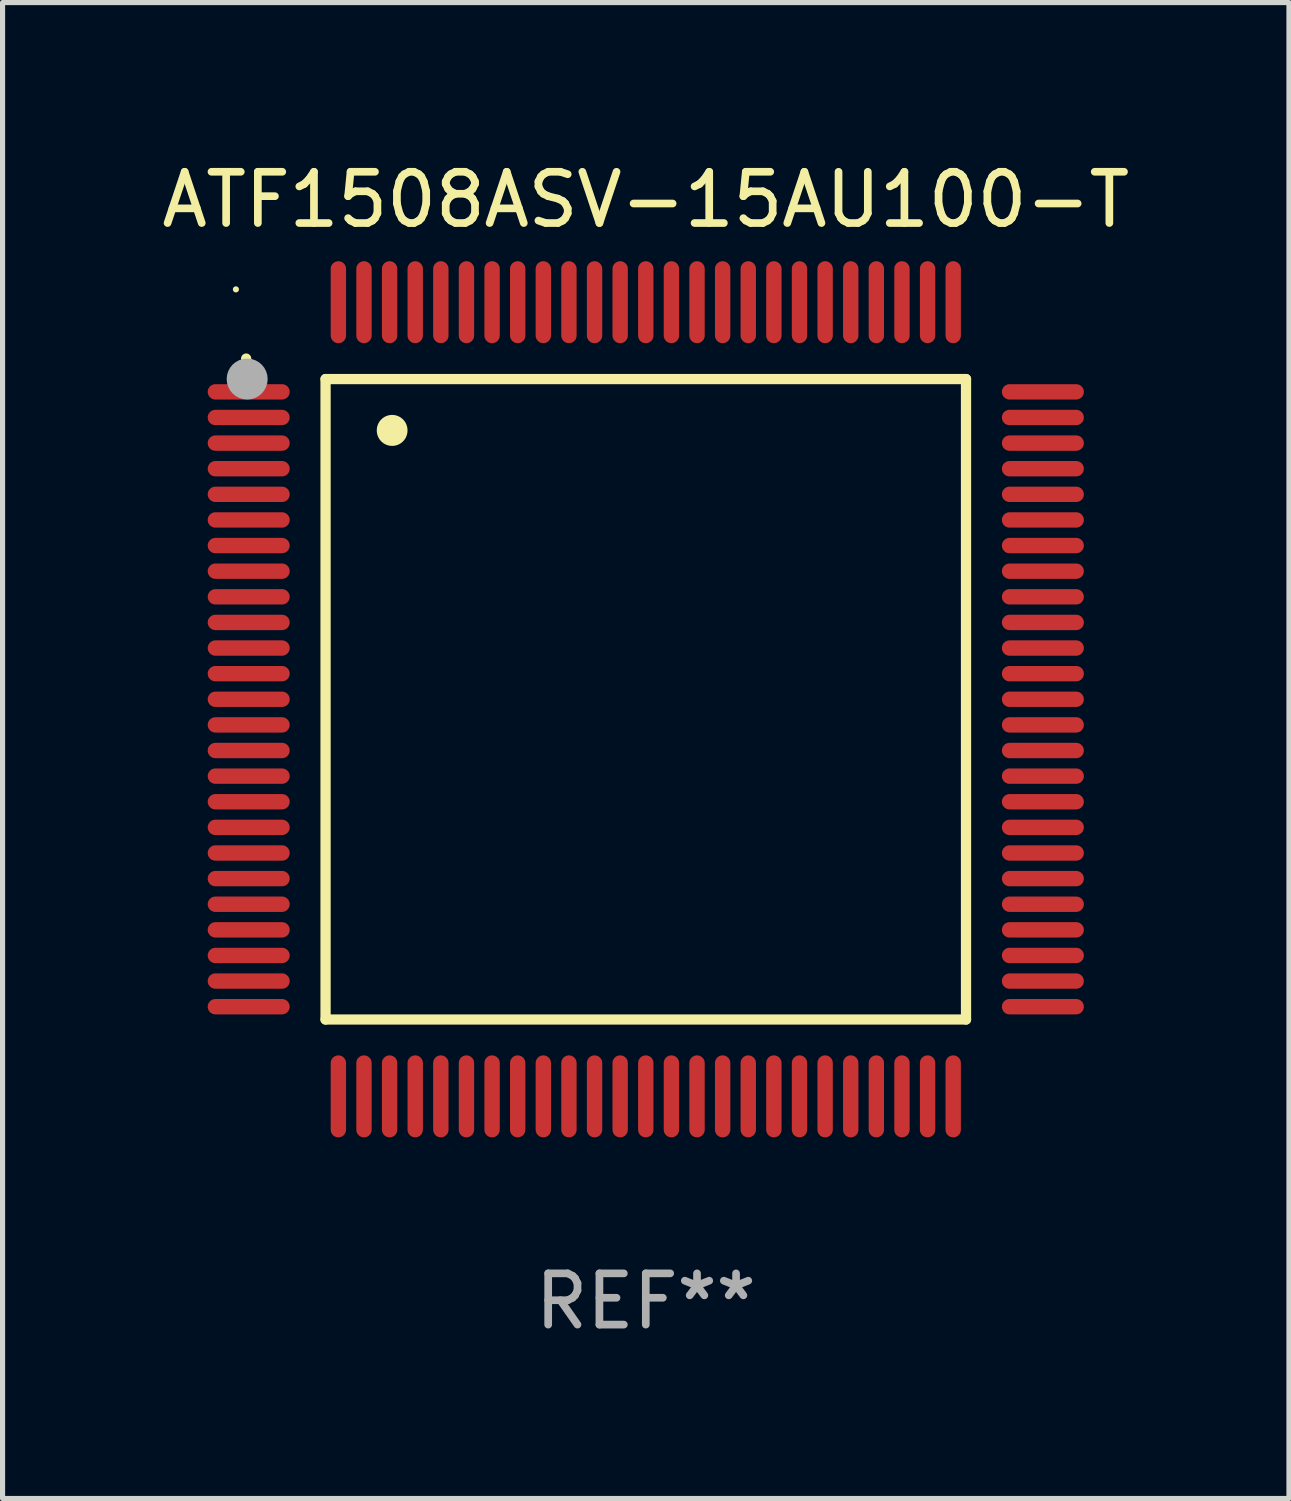
<source format=kicad_pcb>
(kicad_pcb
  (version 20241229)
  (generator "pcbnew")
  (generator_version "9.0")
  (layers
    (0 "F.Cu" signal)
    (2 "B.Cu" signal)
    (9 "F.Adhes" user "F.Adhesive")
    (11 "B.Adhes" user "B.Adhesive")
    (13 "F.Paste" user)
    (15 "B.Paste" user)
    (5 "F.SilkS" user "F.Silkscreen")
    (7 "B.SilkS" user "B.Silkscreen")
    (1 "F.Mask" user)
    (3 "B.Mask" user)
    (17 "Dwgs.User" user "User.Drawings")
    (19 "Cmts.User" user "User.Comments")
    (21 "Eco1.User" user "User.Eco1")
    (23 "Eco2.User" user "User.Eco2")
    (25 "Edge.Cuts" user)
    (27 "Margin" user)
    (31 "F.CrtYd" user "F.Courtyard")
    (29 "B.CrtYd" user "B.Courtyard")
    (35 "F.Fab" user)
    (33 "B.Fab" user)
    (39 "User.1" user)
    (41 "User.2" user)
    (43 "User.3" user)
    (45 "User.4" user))
  (footprint "ATF1508ASV-15AU100-T"
    (layer "F.Cu")
    (at 9.554 10.598)
    (property "Reference" "ATF1508ASV-15AU100-T" (at 0 -9.75 0) (layer "F.SilkS") (effects (font (size 1 1) (thickness 0.15))))
    (attr through_hole)
    (fp_line (start -6.25 -6.25) (end -6.25 6.25) (stroke (width 0.2) (type solid)) (layer "F.SilkS"))
    (fp_line (start -6.25 6.25) (end 6.25 6.25) (stroke (width 0.2) (type solid)) (layer "F.SilkS"))
    (fp_line (start 6.25 -6.25) (end -6.25 -6.25) (stroke (width 0.2) (type solid)) (layer "F.SilkS"))
    (fp_line (start 6.25 6.25) (end 6.25 -6.25) (stroke (width 0.2) (type solid)) (layer "F.SilkS"))
    (fp_arc (start -7.799568 -6.647625) (mid -7.799571 -6.648463) (end -7.799568 -6.649301) (stroke (width 0.2) (type solid)) (layer "F.SilkS"))
    (fp_arc (start -4.95047 -5.245111) (mid -4.950481 -5.247651) (end -4.95047 -5.250191) (stroke (width 0.6) (type solid)) (layer "F.SilkS"))
    (fp_circle (center -8 -8) (end -7.97 -8) (stroke (width 0.06) (type solid)) (fill no) (layer "F.SilkS"))
    (fp_circle (center -7.78 -6.25) (end -7.58 -6.25) (stroke (width 0.4) (type solid)) (fill no) (layer "F.Fab"))
    (fp_text user "REF**" (at 0 11.75 0) (layer "F.Fab") (effects (font (size 1 1) (thickness 0.15))))
    (pad "1" smd oval (at -7.75 -6 90) (size 0.3 1.6) (layers "F.Cu" "F.Mask" "F.Paste"))
    (pad "2" smd oval (at -7.75 -5.5 90) (size 0.3 1.6) (layers "F.Cu" "F.Mask" "F.Paste"))
    (pad "3" smd oval (at -7.75 -5 90) (size 0.3 1.6) (layers "F.Cu" "F.Mask" "F.Paste"))
    (pad "4" smd oval (at -7.75 -4.5 90) (size 0.3 1.6) (layers "F.Cu" "F.Mask" "F.Paste"))
    (pad "5" smd oval (at -7.75 -4 90) (size 0.3 1.6) (layers "F.Cu" "F.Mask" "F.Paste"))
    (pad "6" smd oval (at -7.75 -3.5 90) (size 0.3 1.6) (layers "F.Cu" "F.Mask" "F.Paste"))
    (pad "7" smd oval (at -7.75 -3 90) (size 0.3 1.6) (layers "F.Cu" "F.Mask" "F.Paste"))
    (pad "8" smd oval (at -7.75 -2.5 90) (size 0.3 1.6) (layers "F.Cu" "F.Mask" "F.Paste"))
    (pad "9" smd oval (at -7.75 -2 90) (size 0.3 1.6) (layers "F.Cu" "F.Mask" "F.Paste"))
    (pad "10" smd oval (at -7.75 -1.5 90) (size 0.3 1.6) (layers "F.Cu" "F.Mask" "F.Paste"))
    (pad "11" smd oval (at -7.75 -1 90) (size 0.3 1.6) (layers "F.Cu" "F.Mask" "F.Paste"))
    (pad "12" smd oval (at -7.75 -0.5 90) (size 0.3 1.6) (layers "F.Cu" "F.Mask" "F.Paste"))
    (pad "13" smd oval (at -7.75 0 90) (size 0.3 1.6) (layers "F.Cu" "F.Mask" "F.Paste"))
    (pad "14" smd oval (at -7.75 0.5 90) (size 0.3 1.6) (layers "F.Cu" "F.Mask" "F.Paste"))
    (pad "15" smd oval (at -7.75 1 90) (size 0.3 1.6) (layers "F.Cu" "F.Mask" "F.Paste"))
    (pad "16" smd oval (at -7.75 1.5 90) (size 0.3 1.6) (layers "F.Cu" "F.Mask" "F.Paste"))
    (pad "17" smd oval (at -7.75 2 90) (size 0.3 1.6) (layers "F.Cu" "F.Mask" "F.Paste"))
    (pad "18" smd oval (at -7.75 2.5 90) (size 0.3 1.6) (layers "F.Cu" "F.Mask" "F.Paste"))
    (pad "19" smd oval (at -7.75 3 90) (size 0.3 1.6) (layers "F.Cu" "F.Mask" "F.Paste"))
    (pad "20" smd oval (at -7.75 3.5 90) (size 0.3 1.6) (layers "F.Cu" "F.Mask" "F.Paste"))
    (pad "21" smd oval (at -7.75 4 90) (size 0.3 1.6) (layers "F.Cu" "F.Mask" "F.Paste"))
    (pad "22" smd oval (at -7.75 4.5 90) (size 0.3 1.6) (layers "F.Cu" "F.Mask" "F.Paste"))
    (pad "23" smd oval (at -7.75 5 90) (size 0.3 1.6) (layers "F.Cu" "F.Mask" "F.Paste"))
    (pad "24" smd oval (at -7.75 5.5 90) (size 0.3 1.6) (layers "F.Cu" "F.Mask" "F.Paste"))
    (pad "25" smd oval (at -7.75 6 90) (size 0.3 1.6) (layers "F.Cu" "F.Mask" "F.Paste"))
    (pad "26" smd oval (at -6 7.75) (size 0.3 1.6) (layers "F.Cu" "F.Mask" "F.Paste"))
    (pad "27" smd oval (at -5.5 7.75) (size 0.3 1.6) (layers "F.Cu" "F.Mask" "F.Paste"))
    (pad "28" smd oval (at -5 7.75) (size 0.3 1.6) (layers "F.Cu" "F.Mask" "F.Paste"))
    (pad "29" smd oval (at -4.5 7.75) (size 0.3 1.6) (layers "F.Cu" "F.Mask" "F.Paste"))
    (pad "30" smd oval (at -4 7.75) (size 0.3 1.6) (layers "F.Cu" "F.Mask" "F.Paste"))
    (pad "31" smd oval (at -3.5 7.75) (size 0.3 1.6) (layers "F.Cu" "F.Mask" "F.Paste"))
    (pad "32" smd oval (at -3 7.75) (size 0.3 1.6) (layers "F.Cu" "F.Mask" "F.Paste"))
    (pad "33" smd oval (at -2.5 7.75) (size 0.3 1.6) (layers "F.Cu" "F.Mask" "F.Paste"))
    (pad "34" smd oval (at -2 7.75) (size 0.3 1.6) (layers "F.Cu" "F.Mask" "F.Paste"))
    (pad "35" smd oval (at -1.5 7.75) (size 0.3 1.6) (layers "F.Cu" "F.Mask" "F.Paste"))
    (pad "36" smd oval (at -1 7.75) (size 0.3 1.6) (layers "F.Cu" "F.Mask" "F.Paste"))
    (pad "37" smd oval (at -0.5 7.75) (size 0.3 1.6) (layers "F.Cu" "F.Mask" "F.Paste"))
    (pad "38" smd oval (at 0 7.75) (size 0.3 1.6) (layers "F.Cu" "F.Mask" "F.Paste"))
    (pad "39" smd oval (at 0.5 7.75) (size 0.3 1.6) (layers "F.Cu" "F.Mask" "F.Paste"))
    (pad "40" smd oval (at 1 7.75) (size 0.3 1.6) (layers "F.Cu" "F.Mask" "F.Paste"))
    (pad "41" smd oval (at 1.5 7.75) (size 0.3 1.6) (layers "F.Cu" "F.Mask" "F.Paste"))
    (pad "42" smd oval (at 2 7.75) (size 0.3 1.6) (layers "F.Cu" "F.Mask" "F.Paste"))
    (pad "43" smd oval (at 2.5 7.75) (size 0.3 1.6) (layers "F.Cu" "F.Mask" "F.Paste"))
    (pad "44" smd oval (at 3 7.75) (size 0.3 1.6) (layers "F.Cu" "F.Mask" "F.Paste"))
    (pad "45" smd oval (at 3.5 7.75) (size 0.3 1.6) (layers "F.Cu" "F.Mask" "F.Paste"))
    (pad "46" smd oval (at 4 7.75) (size 0.3 1.6) (layers "F.Cu" "F.Mask" "F.Paste"))
    (pad "47" smd oval (at 4.5 7.75) (size 0.3 1.6) (layers "F.Cu" "F.Mask" "F.Paste"))
    (pad "48" smd oval (at 5 7.75) (size 0.3 1.6) (layers "F.Cu" "F.Mask" "F.Paste"))
    (pad "49" smd oval (at 5.5 7.75) (size 0.3 1.6) (layers "F.Cu" "F.Mask" "F.Paste"))
    (pad "50" smd oval (at 6 7.75) (size 0.3 1.6) (layers "F.Cu" "F.Mask" "F.Paste"))
    (pad "51" smd oval (at 7.75 6 90) (size 0.3 1.6) (layers "F.Cu" "F.Mask" "F.Paste"))
    (pad "52" smd oval (at 7.75 5.5 90) (size 0.3 1.6) (layers "F.Cu" "F.Mask" "F.Paste"))
    (pad "53" smd oval (at 7.75 5 90) (size 0.3 1.6) (layers "F.Cu" "F.Mask" "F.Paste"))
    (pad "54" smd oval (at 7.75 4.5 90) (size 0.3 1.6) (layers "F.Cu" "F.Mask" "F.Paste"))
    (pad "55" smd oval (at 7.75 4 90) (size 0.3 1.6) (layers "F.Cu" "F.Mask" "F.Paste"))
    (pad "56" smd oval (at 7.75 3.5 90) (size 0.3 1.6) (layers "F.Cu" "F.Mask" "F.Paste"))
    (pad "57" smd oval (at 7.75 3 90) (size 0.3 1.6) (layers "F.Cu" "F.Mask" "F.Paste"))
    (pad "58" smd oval (at 7.75 2.5 90) (size 0.3 1.6) (layers "F.Cu" "F.Mask" "F.Paste"))
    (pad "59" smd oval (at 7.75 2 90) (size 0.3 1.6) (layers "F.Cu" "F.Mask" "F.Paste"))
    (pad "60" smd oval (at 7.75 1.5 90) (size 0.3 1.6) (layers "F.Cu" "F.Mask" "F.Paste"))
    (pad "61" smd oval (at 7.75 1 90) (size 0.3 1.6) (layers "F.Cu" "F.Mask" "F.Paste"))
    (pad "62" smd oval (at 7.75 0.5 90) (size 0.3 1.6) (layers "F.Cu" "F.Mask" "F.Paste"))
    (pad "63" smd oval (at 7.75 0 90) (size 0.3 1.6) (layers "F.Cu" "F.Mask" "F.Paste"))
    (pad "64" smd oval (at 7.75 -0.5 90) (size 0.3 1.6) (layers "F.Cu" "F.Mask" "F.Paste"))
    (pad "65" smd oval (at 7.75 -1 90) (size 0.3 1.6) (layers "F.Cu" "F.Mask" "F.Paste"))
    (pad "66" smd oval (at 7.75 -1.5 90) (size 0.3 1.6) (layers "F.Cu" "F.Mask" "F.Paste"))
    (pad "67" smd oval (at 7.75 -2 90) (size 0.3 1.6) (layers "F.Cu" "F.Mask" "F.Paste"))
    (pad "68" smd oval (at 7.75 -2.5 90) (size 0.3 1.6) (layers "F.Cu" "F.Mask" "F.Paste"))
    (pad "69" smd oval (at 7.75 -3 90) (size 0.3 1.6) (layers "F.Cu" "F.Mask" "F.Paste"))
    (pad "70" smd oval (at 7.75 -3.5 90) (size 0.3 1.6) (layers "F.Cu" "F.Mask" "F.Paste"))
    (pad "71" smd oval (at 7.75 -4 90) (size 0.3 1.6) (layers "F.Cu" "F.Mask" "F.Paste"))
    (pad "72" smd oval (at 7.75 -4.5 90) (size 0.3 1.6) (layers "F.Cu" "F.Mask" "F.Paste"))
    (pad "73" smd oval (at 7.75 -5 90) (size 0.3 1.6) (layers "F.Cu" "F.Mask" "F.Paste"))
    (pad "74" smd oval (at 7.75 -5.5 90) (size 0.3 1.6) (layers "F.Cu" "F.Mask" "F.Paste"))
    (pad "75" smd oval (at 7.75 -6 90) (size 0.3 1.6) (layers "F.Cu" "F.Mask" "F.Paste"))
    (pad "76" smd oval (at 6 -7.75) (size 0.3 1.6) (layers "F.Cu" "F.Mask" "F.Paste"))
    (pad "77" smd oval (at 5.5 -7.75) (size 0.3 1.6) (layers "F.Cu" "F.Mask" "F.Paste"))
    (pad "78" smd oval (at 5 -7.75) (size 0.3 1.6) (layers "F.Cu" "F.Mask" "F.Paste"))
    (pad "79" smd oval (at 4.5 -7.75) (size 0.3 1.6) (layers "F.Cu" "F.Mask" "F.Paste"))
    (pad "80" smd oval (at 4 -7.75) (size 0.3 1.6) (layers "F.Cu" "F.Mask" "F.Paste"))
    (pad "81" smd oval (at 3.5 -7.75) (size 0.3 1.6) (layers "F.Cu" "F.Mask" "F.Paste"))
    (pad "82" smd oval (at 3 -7.75) (size 0.3 1.6) (layers "F.Cu" "F.Mask" "F.Paste"))
    (pad "83" smd oval (at 2.5 -7.75) (size 0.3 1.6) (layers "F.Cu" "F.Mask" "F.Paste"))
    (pad "84" smd oval (at 2 -7.75) (size 0.3 1.6) (layers "F.Cu" "F.Mask" "F.Paste"))
    (pad "85" smd oval (at 1.5 -7.75) (size 0.3 1.6) (layers "F.Cu" "F.Mask" "F.Paste"))
    (pad "86" smd oval (at 1 -7.75) (size 0.3 1.6) (layers "F.Cu" "F.Mask" "F.Paste"))
    (pad "87" smd oval (at 0.5 -7.75) (size 0.3 1.6) (layers "F.Cu" "F.Mask" "F.Paste"))
    (pad "88" smd oval (at 0 -7.75) (size 0.3 1.6) (layers "F.Cu" "F.Mask" "F.Paste"))
    (pad "89" smd oval (at -0.5 -7.75) (size 0.3 1.6) (layers "F.Cu" "F.Mask" "F.Paste"))
    (pad "90" smd oval (at -1 -7.75) (size 0.3 1.6) (layers "F.Cu" "F.Mask" "F.Paste"))
    (pad "91" smd oval (at -1.5 -7.75) (size 0.3 1.6) (layers "F.Cu" "F.Mask" "F.Paste"))
    (pad "92" smd oval (at -2 -7.75) (size 0.3 1.6) (layers "F.Cu" "F.Mask" "F.Paste"))
    (pad "93" smd oval (at -2.5 -7.75) (size 0.3 1.6) (layers "F.Cu" "F.Mask" "F.Paste"))
    (pad "94" smd oval (at -3 -7.75) (size 0.3 1.6) (layers "F.Cu" "F.Mask" "F.Paste"))
    (pad "95" smd oval (at -3.5 -7.75) (size 0.3 1.6) (layers "F.Cu" "F.Mask" "F.Paste"))
    (pad "96" smd oval (at -4 -7.75) (size 0.3 1.6) (layers "F.Cu" "F.Mask" "F.Paste"))
    (pad "97" smd oval (at -4.5 -7.75) (size 0.3 1.6) (layers "F.Cu" "F.Mask" "F.Paste"))
    (pad "98" smd oval (at -5 -7.75) (size 0.3 1.6) (layers "F.Cu" "F.Mask" "F.Paste"))
    (pad "99" smd oval (at -5.5 -7.75) (size 0.3 1.6) (layers "F.Cu" "F.Mask" "F.Paste"))
    (pad "100" smd oval (at -6 -7.75) (size 0.3 1.6) (layers "F.Cu" "F.Mask" "F.Paste")))
  (gr_rect
    (start -3 -3)
    (end 22.107 26.196)
    (stroke (width 0.1) (type default))
    (fill no)
    (layer "Edge.Cuts")))
</source>
